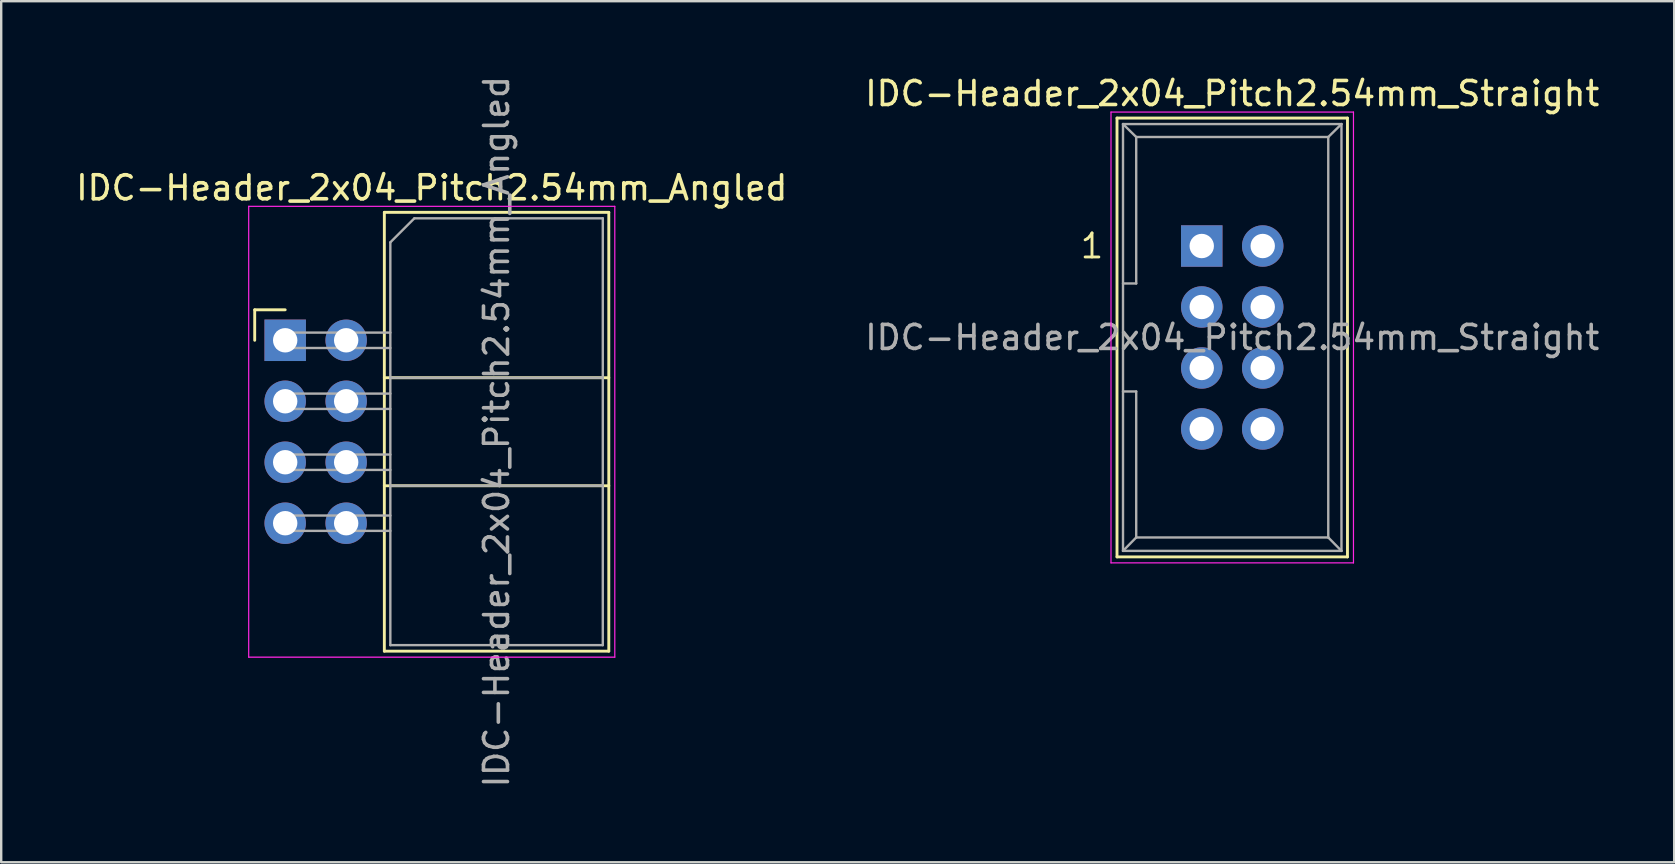
<source format=kicad_pcb>
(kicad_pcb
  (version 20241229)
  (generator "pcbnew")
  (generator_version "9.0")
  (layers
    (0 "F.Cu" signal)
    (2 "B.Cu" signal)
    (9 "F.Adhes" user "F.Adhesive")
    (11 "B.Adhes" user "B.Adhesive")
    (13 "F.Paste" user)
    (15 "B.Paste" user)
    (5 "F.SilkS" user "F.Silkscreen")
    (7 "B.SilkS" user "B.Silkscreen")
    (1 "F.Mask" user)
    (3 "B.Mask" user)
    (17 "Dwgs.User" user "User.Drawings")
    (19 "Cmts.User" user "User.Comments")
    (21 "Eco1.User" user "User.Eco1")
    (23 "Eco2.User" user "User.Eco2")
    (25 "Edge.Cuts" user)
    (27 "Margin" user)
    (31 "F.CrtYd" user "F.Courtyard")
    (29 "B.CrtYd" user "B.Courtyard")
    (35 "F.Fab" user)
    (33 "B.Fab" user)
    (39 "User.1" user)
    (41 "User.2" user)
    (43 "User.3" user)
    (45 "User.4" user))
  (footprint "IDC-Header_2x04_Pitch2.54mm_Angled"
    (layer "F.Cu")
    (at 8.83 11.125)
    (property "Reference" "IDC-Header_2x04_Pitch2.54mm_Angled" (at 6.105 -6.35 0) (layer "F.SilkS") (effects (font (size 1 1) (thickness 0.15))))
    (attr through_hole)
    (fp_line (start -1.27 -1.27) (end -1.27 0) (stroke (width 0.12) (type solid)) (layer "F.SilkS"))
    (fp_line (start 0 -1.27) (end -1.27 -1.27) (stroke (width 0.12) (type solid)) (layer "F.SilkS"))
    (fp_line (start 4.13 -5.33) (end 13.48 -5.33) (stroke (width 0.12) (type solid)) (layer "F.SilkS"))
    (fp_line (start 4.13 1.56) (end 13.48 1.56) (stroke (width 0.12) (type solid)) (layer "F.SilkS"))
    (fp_line (start 4.13 6.06) (end 13.48 6.06) (stroke (width 0.12) (type solid)) (layer "F.SilkS"))
    (fp_line (start 4.13 12.95) (end 4.13 -5.33) (stroke (width 0.12) (type solid)) (layer "F.SilkS"))
    (fp_line (start 4.13 12.95) (end 13.48 12.95) (stroke (width 0.12) (type solid)) (layer "F.SilkS"))
    (fp_line (start 13.48 -5.33) (end 13.48 12.95) (stroke (width 0.12) (type solid)) (layer "F.SilkS"))
    (fp_line (start -1.52 -5.58) (end 13.73 -5.58) (stroke (width 0.05) (type solid)) (layer "F.CrtYd"))
    (fp_line (start -1.52 13.2) (end -1.52 -5.58) (stroke (width 0.05) (type solid)) (layer "F.CrtYd"))
    (fp_line (start 13.73 -5.58) (end 13.73 13.2) (stroke (width 0.05) (type solid)) (layer "F.CrtYd"))
    (fp_line (start 13.73 13.2) (end -1.52 13.2) (stroke (width 0.05) (type solid)) (layer "F.CrtYd"))
    (fp_line (start -0.32 -0.32) (end -0.32 0.32) (stroke (width 0.1) (type solid)) (layer "F.Fab"))
    (fp_line (start -0.32 0.32) (end 4.38 0.32) (stroke (width 0.1) (type solid)) (layer "F.Fab"))
    (fp_line (start -0.32 2.22) (end -0.32 2.86) (stroke (width 0.1) (type solid)) (layer "F.Fab"))
    (fp_line (start -0.32 2.86) (end 4.38 2.86) (stroke (width 0.1) (type solid)) (layer "F.Fab"))
    (fp_line (start -0.32 4.76) (end -0.32 5.4) (stroke (width 0.1) (type solid)) (layer "F.Fab"))
    (fp_line (start -0.32 5.4) (end 4.38 5.4) (stroke (width 0.1) (type solid)) (layer "F.Fab"))
    (fp_line (start -0.32 7.3) (end -0.32 7.94) (stroke (width 0.1) (type solid)) (layer "F.Fab"))
    (fp_line (start -0.32 7.94) (end 4.38 7.94) (stroke (width 0.1) (type solid)) (layer "F.Fab"))
    (fp_line (start 4.38 -4.08) (end 5.38 -5.08) (stroke (width 0.1) (type solid)) (layer "F.Fab"))
    (fp_line (start 4.38 -0.32) (end -0.32 -0.32) (stroke (width 0.1) (type solid)) (layer "F.Fab"))
    (fp_line (start 4.38 1.56) (end 13.23 1.56) (stroke (width 0.1) (type solid)) (layer "F.Fab"))
    (fp_line (start 4.38 2.22) (end -0.32 2.22) (stroke (width 0.1) (type solid)) (layer "F.Fab"))
    (fp_line (start 4.38 4.76) (end -0.32 4.76) (stroke (width 0.1) (type solid)) (layer "F.Fab"))
    (fp_line (start 4.38 6.06) (end 13.23 6.06) (stroke (width 0.1) (type solid)) (layer "F.Fab"))
    (fp_line (start 4.38 7.3) (end -0.32 7.3) (stroke (width 0.1) (type solid)) (layer "F.Fab"))
    (fp_line (start 4.38 12.7) (end 4.38 -4.08) (stroke (width 0.1) (type solid)) (layer "F.Fab"))
    (fp_line (start 4.38 12.7) (end 13.23 12.7) (stroke (width 0.1) (type solid)) (layer "F.Fab"))
    (fp_line (start 5.38 -5.08) (end 13.23 -5.08) (stroke (width 0.1) (type solid)) (layer "F.Fab"))
    (fp_line (start 13.23 12.7) (end 13.23 -5.08) (stroke (width 0.1) (type solid)) (layer "F.Fab"))
    (fp_text user "${REFERENCE}" (at 8.805 3.81 90) (layer "F.Fab") (effects (font (size 1 1) (thickness 0.15))))
    (pad "1" thru_hole rect (at 0 0) (size 1.727 1.727) (drill 1.016) (layers "*.Cu" "*.Mask"))
    (pad "2" thru_hole oval (at 2.54 0) (size 1.727 1.727) (drill 1.016) (layers "*.Cu" "*.Mask"))
    (pad "3" thru_hole oval (at 0 2.54) (size 1.727 1.727) (drill 1.016) (layers "*.Cu" "*.Mask"))
    (pad "4" thru_hole oval (at 2.54 2.54) (size 1.727 1.727) (drill 1.016) (layers "*.Cu" "*.Mask"))
    (pad "5" thru_hole oval (at 0 5.08) (size 1.727 1.727) (drill 1.016) (layers "*.Cu" "*.Mask"))
    (pad "6" thru_hole oval (at 2.54 5.08) (size 1.727 1.727) (drill 1.016) (layers "*.Cu" "*.Mask"))
    (pad "7" thru_hole oval (at 0 7.62) (size 1.727 1.727) (drill 1.016) (layers "*.Cu" "*.Mask"))
    (pad "8" thru_hole oval (at 2.54 7.62) (size 1.727 1.727) (drill 1.016) (layers "*.Cu" "*.Mask")))
  (footprint "IDC-Header_2x04_Pitch2.54mm_Straight"
    (layer "F.Cu")
    (at 47.01 7.198)
    (property "Reference" "IDC-Header_2x04_Pitch2.54mm_Straight" (at 1.27 -6.35 0) (layer "F.SilkS") (effects (font (size 1 1) (thickness 0.15))))
    (attr through_hole)
    (fp_line (start -3.53 -5.33) (end 6.07 -5.33) (stroke (width 0.12) (type solid)) (layer "F.SilkS"))
    (fp_line (start -3.53 12.95) (end -3.53 -5.33) (stroke (width 0.12) (type solid)) (layer "F.SilkS"))
    (fp_line (start 6.07 -5.33) (end 6.07 12.95) (stroke (width 0.12) (type solid)) (layer "F.SilkS"))
    (fp_line (start 6.07 12.95) (end -3.53 12.95) (stroke (width 0.12) (type solid)) (layer "F.SilkS"))
    (fp_line (start -3.78 -5.58) (end 6.32 -5.58) (stroke (width 0.05) (type solid)) (layer "F.CrtYd"))
    (fp_line (start -3.78 13.2) (end -3.78 -5.58) (stroke (width 0.05) (type solid)) (layer "F.CrtYd"))
    (fp_line (start 6.32 -5.58) (end 6.32 13.2) (stroke (width 0.05) (type solid)) (layer "F.CrtYd"))
    (fp_line (start 6.32 13.2) (end -3.78 13.2) (stroke (width 0.05) (type solid)) (layer "F.CrtYd"))
    (fp_line (start -3.28 -5.08) (end -3.28 12.7) (stroke (width 0.1) (type solid)) (layer "F.Fab"))
    (fp_line (start -3.28 -5.08) (end -2.73 -4.54) (stroke (width 0.1) (type solid)) (layer "F.Fab"))
    (fp_line (start -3.28 12.7) (end -2.73 12.14) (stroke (width 0.1) (type solid)) (layer "F.Fab"))
    (fp_line (start -2.73 -4.54) (end -2.73 1.56) (stroke (width 0.1) (type solid)) (layer "F.Fab"))
    (fp_line (start -2.73 1.56) (end -3.28 1.56) (stroke (width 0.1) (type solid)) (layer "F.Fab"))
    (fp_line (start -2.73 6.06) (end -3.28 6.06) (stroke (width 0.1) (type solid)) (layer "F.Fab"))
    (fp_line (start -2.73 6.06) (end -2.73 12.14) (stroke (width 0.1) (type solid)) (layer "F.Fab"))
    (fp_line (start 5.27 -4.54) (end -2.73 -4.54) (stroke (width 0.1) (type solid)) (layer "F.Fab"))
    (fp_line (start 5.27 -4.54) (end 5.27 12.14) (stroke (width 0.1) (type solid)) (layer "F.Fab"))
    (fp_line (start 5.27 12.14) (end -2.73 12.14) (stroke (width 0.1) (type solid)) (layer "F.Fab"))
    (fp_line (start 5.82 -5.08) (end -3.28 -5.08) (stroke (width 0.1) (type solid)) (layer "F.Fab"))
    (fp_line (start 5.82 -5.08) (end 5.27 -4.54) (stroke (width 0.1) (type solid)) (layer "F.Fab"))
    (fp_line (start 5.82 -5.08) (end 5.82 12.7) (stroke (width 0.1) (type solid)) (layer "F.Fab"))
    (fp_line (start 5.82 12.7) (end -3.28 12.7) (stroke (width 0.1) (type solid)) (layer "F.Fab"))
    (fp_line (start 5.82 12.7) (end 5.27 12.14) (stroke (width 0.1) (type solid)) (layer "F.Fab"))
    (fp_text user "1" (at -4.572 0 0) (layer "F.SilkS") (effects (font (size 1 1) (thickness 0.12))))
    (fp_text user "${REFERENCE}" (at 1.27 3.81 0) (layer "F.Fab") (effects (font (size 1 1) (thickness 0.15))))
    (pad "1" thru_hole rect (at 0 0) (size 1.727 1.727) (drill 1.016) (layers "*.Cu" "*.Mask"))
    (pad "2" thru_hole oval (at 2.54 0) (size 1.727 1.727) (drill 1.016) (layers "*.Cu" "*.Mask"))
    (pad "3" thru_hole oval (at 0 2.54) (size 1.727 1.727) (drill 1.016) (layers "*.Cu" "*.Mask"))
    (pad "4" thru_hole oval (at 2.54 2.54) (size 1.727 1.727) (drill 1.016) (layers "*.Cu" "*.Mask"))
    (pad "5" thru_hole oval (at 0 5.08) (size 1.727 1.727) (drill 1.016) (layers "*.Cu" "*.Mask"))
    (pad "6" thru_hole oval (at 2.54 5.08) (size 1.727 1.727) (drill 1.016) (layers "*.Cu" "*.Mask"))
    (pad "7" thru_hole oval (at 0 7.62) (size 1.727 1.727) (drill 1.016) (layers "*.Cu" "*.Mask"))
    (pad "8" thru_hole oval (at 2.54 7.62) (size 1.727 1.727) (drill 1.016) (layers "*.Cu" "*.Mask")))
  (gr_rect
    (start -3 -3)
    (end 66.69 32.869)
    (stroke (width 0.1) (type default))
    (fill no)
    (layer "Edge.Cuts")))
</source>
